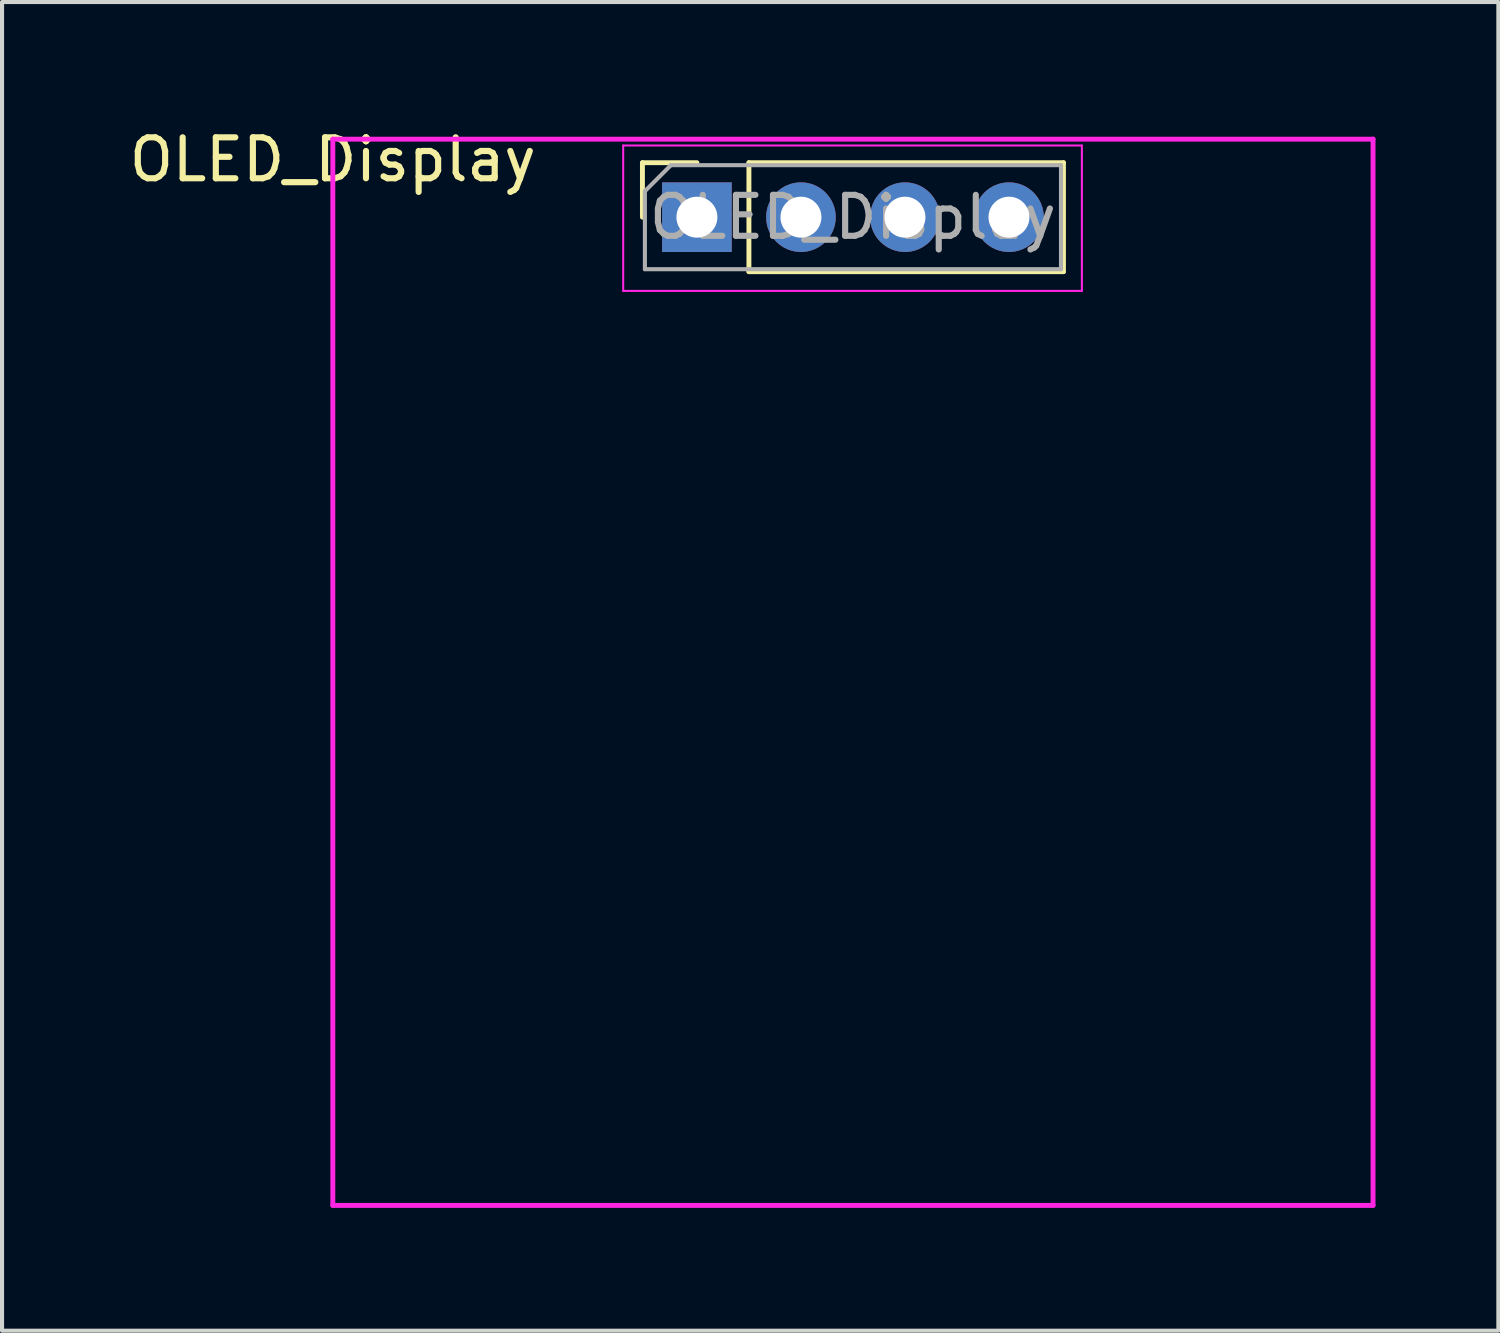
<source format=kicad_pcb>
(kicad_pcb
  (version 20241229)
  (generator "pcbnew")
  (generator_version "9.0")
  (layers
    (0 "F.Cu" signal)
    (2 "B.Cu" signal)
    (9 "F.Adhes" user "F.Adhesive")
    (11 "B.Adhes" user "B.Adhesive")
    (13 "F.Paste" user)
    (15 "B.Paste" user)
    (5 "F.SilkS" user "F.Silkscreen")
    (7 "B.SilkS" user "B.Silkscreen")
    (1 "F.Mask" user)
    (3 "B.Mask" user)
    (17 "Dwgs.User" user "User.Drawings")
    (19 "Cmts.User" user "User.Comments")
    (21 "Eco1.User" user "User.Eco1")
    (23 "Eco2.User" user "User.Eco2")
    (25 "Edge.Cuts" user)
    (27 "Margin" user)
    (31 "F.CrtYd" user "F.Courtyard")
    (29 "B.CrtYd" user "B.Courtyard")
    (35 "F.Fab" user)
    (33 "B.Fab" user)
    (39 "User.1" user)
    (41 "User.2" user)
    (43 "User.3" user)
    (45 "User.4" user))
  (footprint "OLED_Display"
    (layer "F.Cu")
    (at 5.077 0.348)
    (property "Reference" "OLED_Display" (at 0 0.5 0) (layer "F.SilkS") (effects (font (size 1 1) (thickness 0.15))))
    (attr through_hole)
    (fp_line (start 7.56 0.575) (end 8.89 0.575) (stroke (width 0.12) (type solid)) (layer "F.SilkS"))
    (fp_line (start 7.56 1.905) (end 7.56 0.575) (stroke (width 0.12) (type solid)) (layer "F.SilkS"))
    (fp_line (start 10.16 0.575) (end 17.84 0.575) (stroke (width 0.12) (type solid)) (layer "F.SilkS"))
    (fp_line (start 10.16 3.235) (end 10.16 0.575) (stroke (width 0.12) (type solid)) (layer "F.SilkS"))
    (fp_line (start 10.16 3.235) (end 17.84 3.235) (stroke (width 0.12) (type solid)) (layer "F.SilkS"))
    (fp_line (start 17.84 3.235) (end 17.84 0.575) (stroke (width 0.12) (type solid)) (layer "F.SilkS"))
    (fp_line (start 0 0) (end 0 26.035) (stroke (width 0.12) (type solid)) (layer "F.CrtYd"))
    (fp_line (start 0 26.035) (end 25.4 26.035) (stroke (width 0.12) (type solid)) (layer "F.CrtYd"))
    (fp_line (start 7.09 0.155) (end 18.29 0.155) (stroke (width 0.05) (type solid)) (layer "F.CrtYd"))
    (fp_line (start 7.09 3.705) (end 7.09 0.155) (stroke (width 0.05) (type solid)) (layer "F.CrtYd"))
    (fp_line (start 18.29 0.155) (end 18.29 3.705) (stroke (width 0.05) (type solid)) (layer "F.CrtYd"))
    (fp_line (start 18.29 3.705) (end 7.09 3.705) (stroke (width 0.05) (type solid)) (layer "F.CrtYd"))
    (fp_line (start 25.4 0) (end 0 0) (stroke (width 0.12) (type solid)) (layer "F.CrtYd"))
    (fp_line (start 25.4 26.035) (end 25.4 0) (stroke (width 0.12) (type solid)) (layer "F.CrtYd"))
    (fp_line (start 7.62 1.27) (end 8.255 0.635) (stroke (width 0.1) (type solid)) (layer "F.Fab"))
    (fp_line (start 7.62 3.175) (end 7.62 1.27) (stroke (width 0.1) (type solid)) (layer "F.Fab"))
    (fp_line (start 8.255 0.635) (end 17.78 0.635) (stroke (width 0.1) (type solid)) (layer "F.Fab"))
    (fp_line (start 17.78 0.635) (end 17.78 3.175) (stroke (width 0.1) (type solid)) (layer "F.Fab"))
    (fp_line (start 17.78 3.175) (end 7.62 3.175) (stroke (width 0.1) (type solid)) (layer "F.Fab"))
    (fp_text user "${REFERENCE}" (at 12.7 1.905 180) (layer "F.Fab") (effects (font (size 1 1) (thickness 0.15))))
    (pad "1" thru_hole rect (at 8.89 1.905 90) (size 1.7 1.7) (drill 1) (layers "*.Cu" "*.Mask"))
    (pad "2" thru_hole oval (at 11.43 1.905 90) (size 1.7 1.7) (drill 1) (layers "*.Cu" "*.Mask"))
    (pad "3" thru_hole oval (at 13.97 1.905 90) (size 1.7 1.7) (drill 1) (layers "*.Cu" "*.Mask"))
    (pad "4" thru_hole oval (at 16.51 1.905 90) (size 1.7 1.7) (drill 1) (layers "*.Cu" "*.Mask")))
  (gr_rect
    (start -3 -3)
    (end 33.537 29.443)
    (stroke (width 0.1) (type default))
    (fill no)
    (layer "Edge.Cuts")))
</source>
